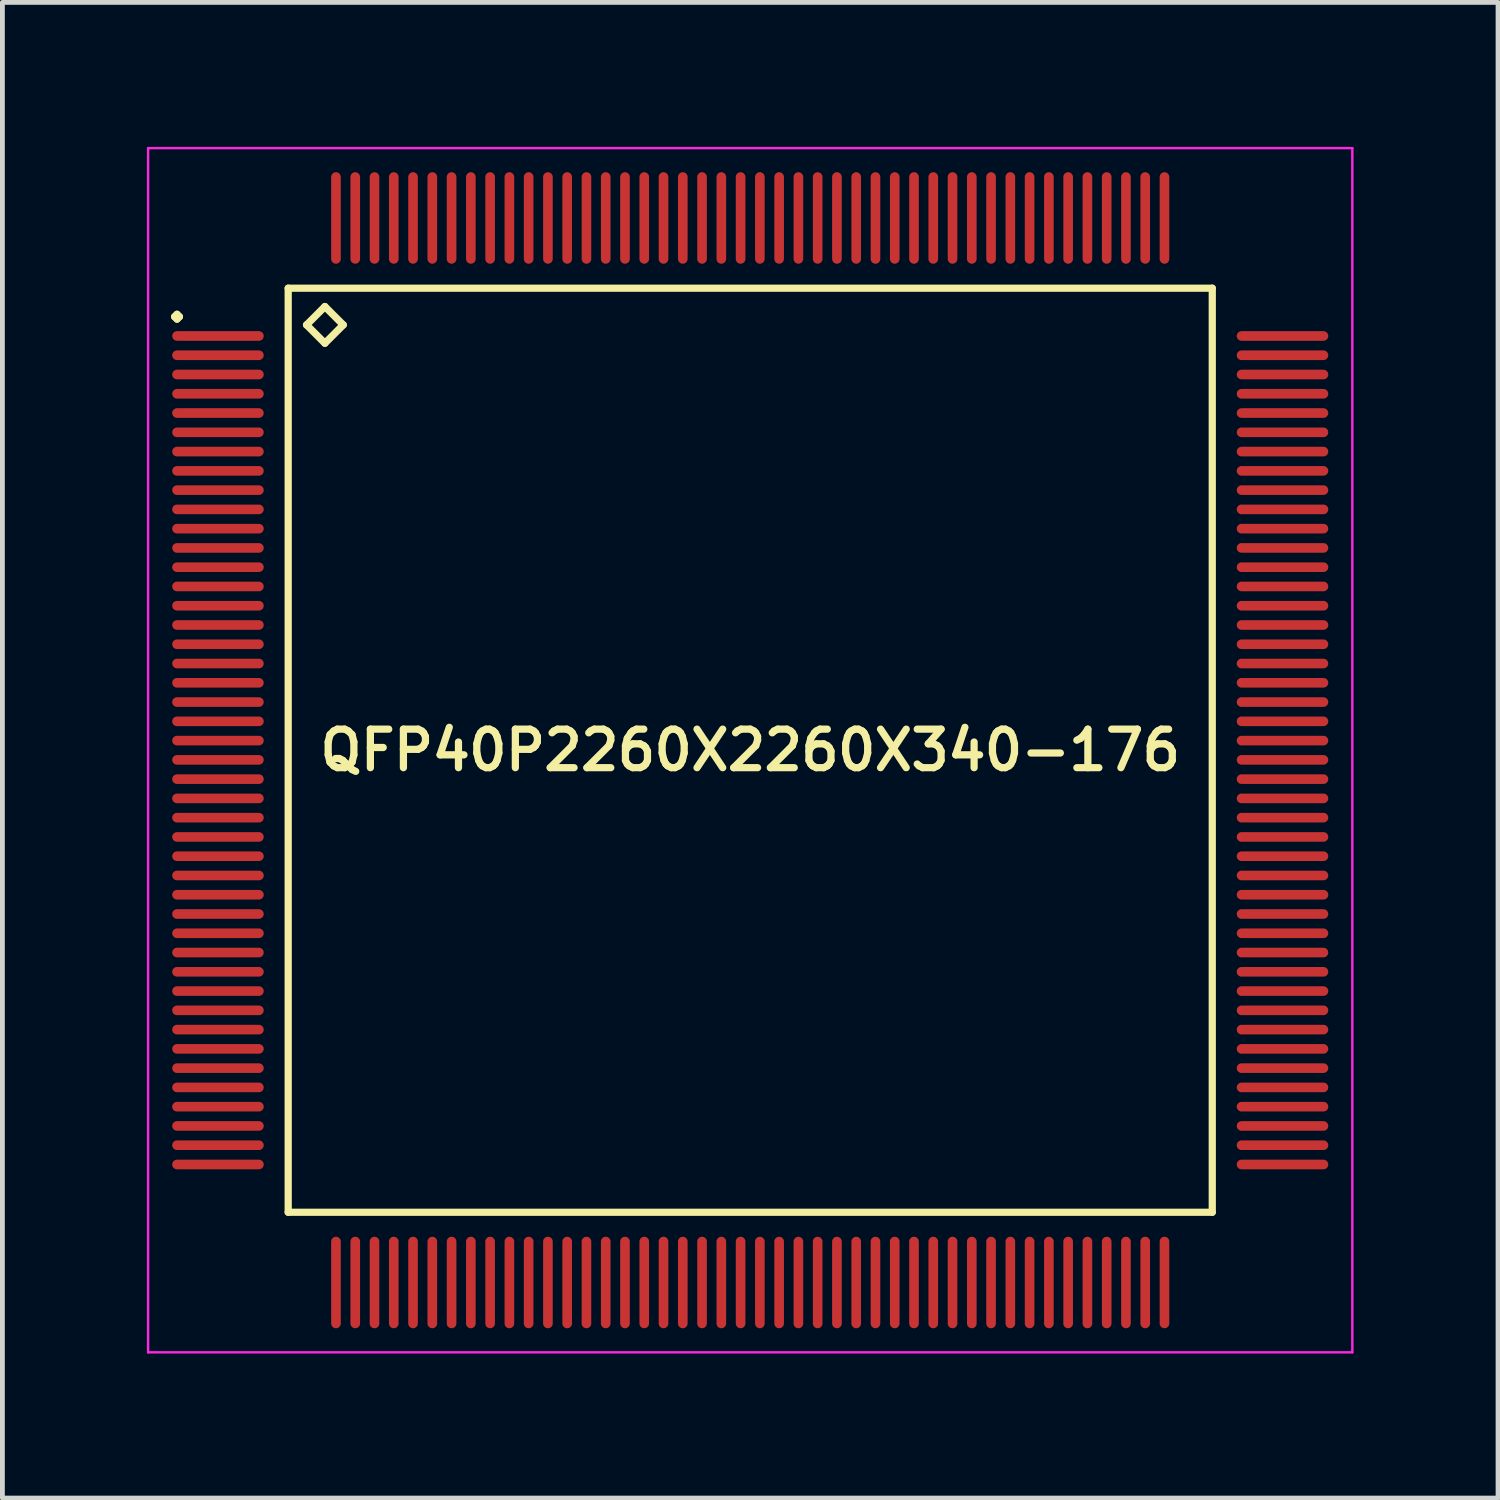
<source format=kicad_pcb>
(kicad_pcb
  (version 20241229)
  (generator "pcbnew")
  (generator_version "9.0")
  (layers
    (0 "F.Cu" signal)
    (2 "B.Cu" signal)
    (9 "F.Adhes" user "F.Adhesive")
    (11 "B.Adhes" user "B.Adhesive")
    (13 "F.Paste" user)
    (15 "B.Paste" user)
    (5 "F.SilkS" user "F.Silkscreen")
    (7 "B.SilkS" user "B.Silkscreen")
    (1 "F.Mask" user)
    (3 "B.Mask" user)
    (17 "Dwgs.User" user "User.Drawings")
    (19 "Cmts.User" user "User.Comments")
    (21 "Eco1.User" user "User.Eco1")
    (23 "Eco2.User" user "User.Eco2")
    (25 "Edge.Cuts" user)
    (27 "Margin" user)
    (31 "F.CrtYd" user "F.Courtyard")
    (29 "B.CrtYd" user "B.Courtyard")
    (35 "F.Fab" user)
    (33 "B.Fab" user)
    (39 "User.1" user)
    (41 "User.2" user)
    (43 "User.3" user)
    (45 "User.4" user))
  (footprint "QFP40P2260X2260X340-176"
    (layer "F.Cu")
    (at 12.525 12.525)
    (property "Reference" "QFP40P2260X2260X340-176" (at 0 0 0) (layer "F.SilkS") (effects (font (size 0.8 0.8) (thickness 0.15))))
    (attr smd)
    (fp_line (start -11.95 -9) (end -11.9 -9.05) (stroke (width 0.15) (type solid)) (layer "F.SilkS"))
    (fp_line (start -11.9 -9.05) (end -11.85 -9) (stroke (width 0.15) (type solid)) (layer "F.SilkS"))
    (fp_line (start -11.9 -8.95) (end -11.95 -9) (stroke (width 0.15) (type solid)) (layer "F.SilkS"))
    (fp_line (start -11.85 -9) (end -11.9 -8.95) (stroke (width 0.15) (type solid)) (layer "F.SilkS"))
    (fp_line (start -9.592 -9.592) (end -9.592 9.592) (stroke (width 0.15) (type solid)) (layer "F.SilkS"))
    (fp_line (start -9.592 9.592) (end 9.592 9.592) (stroke (width 0.15) (type solid)) (layer "F.SilkS"))
    (fp_line (start -9.211 -8.83) (end -8.83 -9.211) (stroke (width 0.15) (type solid)) (layer "F.SilkS"))
    (fp_line (start -8.83 -9.211) (end -8.449 -8.83) (stroke (width 0.15) (type solid)) (layer "F.SilkS"))
    (fp_line (start -8.83 -8.449) (end -9.211 -8.83) (stroke (width 0.15) (type solid)) (layer "F.SilkS"))
    (fp_line (start -8.449 -8.83) (end -8.83 -8.449) (stroke (width 0.15) (type solid)) (layer "F.SilkS"))
    (fp_line (start 9.592 -9.592) (end -9.592 -9.592) (stroke (width 0.15) (type solid)) (layer "F.SilkS"))
    (fp_line (start 9.592 9.592) (end 9.592 -9.592) (stroke (width 0.15) (type solid)) (layer "F.SilkS"))
    (fp_line (start -12.5 -12.5) (end 12.5 -12.5) (stroke (width 0.05) (type solid)) (layer "F.CrtYd"))
    (fp_line (start -12.5 12.5) (end -12.5 -12.5) (stroke (width 0.05) (type solid)) (layer "F.CrtYd"))
    (fp_line (start 12.5 -12.5) (end 12.5 12.5) (stroke (width 0.05) (type solid)) (layer "F.CrtYd"))
    (fp_line (start 12.5 12.5) (end -12.5 12.5) (stroke (width 0.05) (type solid)) (layer "F.CrtYd"))
    (pad "1" smd oval (at -11.05 -8.6) (size 1.9 0.2) (layers "F.Cu" "F.Mask" "F.Paste"))
    (pad "2" smd oval (at -11.05 -8.2) (size 1.9 0.2) (layers "F.Cu" "F.Mask" "F.Paste"))
    (pad "3" smd oval (at -11.05 -7.8) (size 1.9 0.2) (layers "F.Cu" "F.Mask" "F.Paste"))
    (pad "4" smd oval (at -11.05 -7.4) (size 1.9 0.2) (layers "F.Cu" "F.Mask" "F.Paste"))
    (pad "5" smd oval (at -11.05 -7) (size 1.9 0.2) (layers "F.Cu" "F.Mask" "F.Paste"))
    (pad "6" smd oval (at -11.05 -6.6) (size 1.9 0.2) (layers "F.Cu" "F.Mask" "F.Paste"))
    (pad "7" smd oval (at -11.05 -6.2) (size 1.9 0.2) (layers "F.Cu" "F.Mask" "F.Paste"))
    (pad "8" smd oval (at -11.05 -5.8) (size 1.9 0.2) (layers "F.Cu" "F.Mask" "F.Paste"))
    (pad "9" smd oval (at -11.05 -5.4) (size 1.9 0.2) (layers "F.Cu" "F.Mask" "F.Paste"))
    (pad "10" smd oval (at -11.05 -5) (size 1.9 0.2) (layers "F.Cu" "F.Mask" "F.Paste"))
    (pad "11" smd oval (at -11.05 -4.6) (size 1.9 0.2) (layers "F.Cu" "F.Mask" "F.Paste"))
    (pad "12" smd oval (at -11.05 -4.2) (size 1.9 0.2) (layers "F.Cu" "F.Mask" "F.Paste"))
    (pad "13" smd oval (at -11.05 -3.8) (size 1.9 0.2) (layers "F.Cu" "F.Mask" "F.Paste"))
    (pad "14" smd oval (at -11.05 -3.4) (size 1.9 0.2) (layers "F.Cu" "F.Mask" "F.Paste"))
    (pad "15" smd oval (at -11.05 -3) (size 1.9 0.2) (layers "F.Cu" "F.Mask" "F.Paste"))
    (pad "16" smd oval (at -11.05 -2.6) (size 1.9 0.2) (layers "F.Cu" "F.Mask" "F.Paste"))
    (pad "17" smd oval (at -11.05 -2.2) (size 1.9 0.2) (layers "F.Cu" "F.Mask" "F.Paste"))
    (pad "18" smd oval (at -11.05 -1.8) (size 1.9 0.2) (layers "F.Cu" "F.Mask" "F.Paste"))
    (pad "19" smd oval (at -11.05 -1.4) (size 1.9 0.2) (layers "F.Cu" "F.Mask" "F.Paste"))
    (pad "20" smd oval (at -11.05 -1) (size 1.9 0.2) (layers "F.Cu" "F.Mask" "F.Paste"))
    (pad "21" smd oval (at -11.05 -0.6) (size 1.9 0.2) (layers "F.Cu" "F.Mask" "F.Paste"))
    (pad "22" smd oval (at -11.05 -0.2) (size 1.9 0.2) (layers "F.Cu" "F.Mask" "F.Paste"))
    (pad "23" smd oval (at -11.05 0.2) (size 1.9 0.2) (layers "F.Cu" "F.Mask" "F.Paste"))
    (pad "24" smd oval (at -11.05 0.6) (size 1.9 0.2) (layers "F.Cu" "F.Mask" "F.Paste"))
    (pad "25" smd oval (at -11.05 1) (size 1.9 0.2) (layers "F.Cu" "F.Mask" "F.Paste"))
    (pad "26" smd oval (at -11.05 1.4) (size 1.9 0.2) (layers "F.Cu" "F.Mask" "F.Paste"))
    (pad "27" smd oval (at -11.05 1.8) (size 1.9 0.2) (layers "F.Cu" "F.Mask" "F.Paste"))
    (pad "28" smd oval (at -11.05 2.2) (size 1.9 0.2) (layers "F.Cu" "F.Mask" "F.Paste"))
    (pad "29" smd oval (at -11.05 2.6) (size 1.9 0.2) (layers "F.Cu" "F.Mask" "F.Paste"))
    (pad "30" smd oval (at -11.05 3) (size 1.9 0.2) (layers "F.Cu" "F.Mask" "F.Paste"))
    (pad "31" smd oval (at -11.05 3.4) (size 1.9 0.2) (layers "F.Cu" "F.Mask" "F.Paste"))
    (pad "32" smd oval (at -11.05 3.8) (size 1.9 0.2) (layers "F.Cu" "F.Mask" "F.Paste"))
    (pad "33" smd oval (at -11.05 4.2) (size 1.9 0.2) (layers "F.Cu" "F.Mask" "F.Paste"))
    (pad "34" smd oval (at -11.05 4.6) (size 1.9 0.2) (layers "F.Cu" "F.Mask" "F.Paste"))
    (pad "35" smd oval (at -11.05 5) (size 1.9 0.2) (layers "F.Cu" "F.Mask" "F.Paste"))
    (pad "36" smd oval (at -11.05 5.4) (size 1.9 0.2) (layers "F.Cu" "F.Mask" "F.Paste"))
    (pad "37" smd oval (at -11.05 5.8) (size 1.9 0.2) (layers "F.Cu" "F.Mask" "F.Paste"))
    (pad "38" smd oval (at -11.05 6.2) (size 1.9 0.2) (layers "F.Cu" "F.Mask" "F.Paste"))
    (pad "39" smd oval (at -11.05 6.6) (size 1.9 0.2) (layers "F.Cu" "F.Mask" "F.Paste"))
    (pad "40" smd oval (at -11.05 7) (size 1.9 0.2) (layers "F.Cu" "F.Mask" "F.Paste"))
    (pad "41" smd oval (at -11.05 7.4) (size 1.9 0.2) (layers "F.Cu" "F.Mask" "F.Paste"))
    (pad "42" smd oval (at -11.05 7.8) (size 1.9 0.2) (layers "F.Cu" "F.Mask" "F.Paste"))
    (pad "43" smd oval (at -11.05 8.2) (size 1.9 0.2) (layers "F.Cu" "F.Mask" "F.Paste"))
    (pad "44" smd oval (at -11.05 8.6) (size 1.9 0.2) (layers "F.Cu" "F.Mask" "F.Paste"))
    (pad "45" smd oval (at -8.6 11.05) (size 0.2 1.9) (layers "F.Cu" "F.Mask" "F.Paste"))
    (pad "46" smd oval (at -8.2 11.05) (size 0.2 1.9) (layers "F.Cu" "F.Mask" "F.Paste"))
    (pad "47" smd oval (at -7.8 11.05) (size 0.2 1.9) (layers "F.Cu" "F.Mask" "F.Paste"))
    (pad "48" smd oval (at -7.4 11.05) (size 0.2 1.9) (layers "F.Cu" "F.Mask" "F.Paste"))
    (pad "49" smd oval (at -7 11.05) (size 0.2 1.9) (layers "F.Cu" "F.Mask" "F.Paste"))
    (pad "50" smd oval (at -6.6 11.05) (size 0.2 1.9) (layers "F.Cu" "F.Mask" "F.Paste"))
    (pad "51" smd oval (at -6.2 11.05) (size 0.2 1.9) (layers "F.Cu" "F.Mask" "F.Paste"))
    (pad "52" smd oval (at -5.8 11.05) (size 0.2 1.9) (layers "F.Cu" "F.Mask" "F.Paste"))
    (pad "53" smd oval (at -5.4 11.05) (size 0.2 1.9) (layers "F.Cu" "F.Mask" "F.Paste"))
    (pad "54" smd oval (at -5 11.05) (size 0.2 1.9) (layers "F.Cu" "F.Mask" "F.Paste"))
    (pad "55" smd oval (at -4.6 11.05) (size 0.2 1.9) (layers "F.Cu" "F.Mask" "F.Paste"))
    (pad "56" smd oval (at -4.2 11.05) (size 0.2 1.9) (layers "F.Cu" "F.Mask" "F.Paste"))
    (pad "57" smd oval (at -3.8 11.05) (size 0.2 1.9) (layers "F.Cu" "F.Mask" "F.Paste"))
    (pad "58" smd oval (at -3.4 11.05) (size 0.2 1.9) (layers "F.Cu" "F.Mask" "F.Paste"))
    (pad "59" smd oval (at -3 11.05) (size 0.2 1.9) (layers "F.Cu" "F.Mask" "F.Paste"))
    (pad "60" smd oval (at -2.6 11.05) (size 0.2 1.9) (layers "F.Cu" "F.Mask" "F.Paste"))
    (pad "61" smd oval (at -2.2 11.05) (size 0.2 1.9) (layers "F.Cu" "F.Mask" "F.Paste"))
    (pad "62" smd oval (at -1.8 11.05) (size 0.2 1.9) (layers "F.Cu" "F.Mask" "F.Paste"))
    (pad "63" smd oval (at -1.4 11.05) (size 0.2 1.9) (layers "F.Cu" "F.Mask" "F.Paste"))
    (pad "64" smd oval (at -1 11.05) (size 0.2 1.9) (layers "F.Cu" "F.Mask" "F.Paste"))
    (pad "65" smd oval (at -0.6 11.05) (size 0.2 1.9) (layers "F.Cu" "F.Mask" "F.Paste"))
    (pad "66" smd oval (at -0.2 11.05) (size 0.2 1.9) (layers "F.Cu" "F.Mask" "F.Paste"))
    (pad "67" smd oval (at 0.2 11.05) (size 0.2 1.9) (layers "F.Cu" "F.Mask" "F.Paste"))
    (pad "68" smd oval (at 0.6 11.05) (size 0.2 1.9) (layers "F.Cu" "F.Mask" "F.Paste"))
    (pad "69" smd oval (at 1 11.05) (size 0.2 1.9) (layers "F.Cu" "F.Mask" "F.Paste"))
    (pad "70" smd oval (at 1.4 11.05) (size 0.2 1.9) (layers "F.Cu" "F.Mask" "F.Paste"))
    (pad "71" smd oval (at 1.8 11.05) (size 0.2 1.9) (layers "F.Cu" "F.Mask" "F.Paste"))
    (pad "72" smd oval (at 2.2 11.05) (size 0.2 1.9) (layers "F.Cu" "F.Mask" "F.Paste"))
    (pad "73" smd oval (at 2.6 11.05) (size 0.2 1.9) (layers "F.Cu" "F.Mask" "F.Paste"))
    (pad "74" smd oval (at 3 11.05) (size 0.2 1.9) (layers "F.Cu" "F.Mask" "F.Paste"))
    (pad "75" smd oval (at 3.4 11.05) (size 0.2 1.9) (layers "F.Cu" "F.Mask" "F.Paste"))
    (pad "76" smd oval (at 3.8 11.05) (size 0.2 1.9) (layers "F.Cu" "F.Mask" "F.Paste"))
    (pad "77" smd oval (at 4.2 11.05) (size 0.2 1.9) (layers "F.Cu" "F.Mask" "F.Paste"))
    (pad "78" smd oval (at 4.6 11.05) (size 0.2 1.9) (layers "F.Cu" "F.Mask" "F.Paste"))
    (pad "79" smd oval (at 5 11.05) (size 0.2 1.9) (layers "F.Cu" "F.Mask" "F.Paste"))
    (pad "80" smd oval (at 5.4 11.05) (size 0.2 1.9) (layers "F.Cu" "F.Mask" "F.Paste"))
    (pad "81" smd oval (at 5.8 11.05) (size 0.2 1.9) (layers "F.Cu" "F.Mask" "F.Paste"))
    (pad "82" smd oval (at 6.2 11.05) (size 0.2 1.9) (layers "F.Cu" "F.Mask" "F.Paste"))
    (pad "83" smd oval (at 6.6 11.05) (size 0.2 1.9) (layers "F.Cu" "F.Mask" "F.Paste"))
    (pad "84" smd oval (at 7 11.05) (size 0.2 1.9) (layers "F.Cu" "F.Mask" "F.Paste"))
    (pad "85" smd oval (at 7.4 11.05) (size 0.2 1.9) (layers "F.Cu" "F.Mask" "F.Paste"))
    (pad "86" smd oval (at 7.8 11.05) (size 0.2 1.9) (layers "F.Cu" "F.Mask" "F.Paste"))
    (pad "87" smd oval (at 8.2 11.05) (size 0.2 1.9) (layers "F.Cu" "F.Mask" "F.Paste"))
    (pad "88" smd oval (at 8.6 11.05) (size 0.2 1.9) (layers "F.Cu" "F.Mask" "F.Paste"))
    (pad "89" smd oval (at 11.05 8.6) (size 1.9 0.2) (layers "F.Cu" "F.Mask" "F.Paste"))
    (pad "90" smd oval (at 11.05 8.2) (size 1.9 0.2) (layers "F.Cu" "F.Mask" "F.Paste"))
    (pad "91" smd oval (at 11.05 7.8) (size 1.9 0.2) (layers "F.Cu" "F.Mask" "F.Paste"))
    (pad "92" smd oval (at 11.05 7.4) (size 1.9 0.2) (layers "F.Cu" "F.Mask" "F.Paste"))
    (pad "93" smd oval (at 11.05 7) (size 1.9 0.2) (layers "F.Cu" "F.Mask" "F.Paste"))
    (pad "94" smd oval (at 11.05 6.6) (size 1.9 0.2) (layers "F.Cu" "F.Mask" "F.Paste"))
    (pad "95" smd oval (at 11.05 6.2) (size 1.9 0.2) (layers "F.Cu" "F.Mask" "F.Paste"))
    (pad "96" smd oval (at 11.05 5.8) (size 1.9 0.2) (layers "F.Cu" "F.Mask" "F.Paste"))
    (pad "97" smd oval (at 11.05 5.4) (size 1.9 0.2) (layers "F.Cu" "F.Mask" "F.Paste"))
    (pad "98" smd oval (at 11.05 5) (size 1.9 0.2) (layers "F.Cu" "F.Mask" "F.Paste"))
    (pad "99" smd oval (at 11.05 4.6) (size 1.9 0.2) (layers "F.Cu" "F.Mask" "F.Paste"))
    (pad "100" smd oval (at 11.05 4.2) (size 1.9 0.2) (layers "F.Cu" "F.Mask" "F.Paste"))
    (pad "101" smd oval (at 11.05 3.8) (size 1.9 0.2) (layers "F.Cu" "F.Mask" "F.Paste"))
    (pad "102" smd oval (at 11.05 3.4) (size 1.9 0.2) (layers "F.Cu" "F.Mask" "F.Paste"))
    (pad "103" smd oval (at 11.05 3) (size 1.9 0.2) (layers "F.Cu" "F.Mask" "F.Paste"))
    (pad "104" smd oval (at 11.05 2.6) (size 1.9 0.2) (layers "F.Cu" "F.Mask" "F.Paste"))
    (pad "105" smd oval (at 11.05 2.2) (size 1.9 0.2) (layers "F.Cu" "F.Mask" "F.Paste"))
    (pad "106" smd oval (at 11.05 1.8) (size 1.9 0.2) (layers "F.Cu" "F.Mask" "F.Paste"))
    (pad "107" smd oval (at 11.05 1.4) (size 1.9 0.2) (layers "F.Cu" "F.Mask" "F.Paste"))
    (pad "108" smd oval (at 11.05 1) (size 1.9 0.2) (layers "F.Cu" "F.Mask" "F.Paste"))
    (pad "109" smd oval (at 11.05 0.6) (size 1.9 0.2) (layers "F.Cu" "F.Mask" "F.Paste"))
    (pad "110" smd oval (at 11.05 0.2) (size 1.9 0.2) (layers "F.Cu" "F.Mask" "F.Paste"))
    (pad "111" smd oval (at 11.05 -0.2) (size 1.9 0.2) (layers "F.Cu" "F.Mask" "F.Paste"))
    (pad "112" smd oval (at 11.05 -0.6) (size 1.9 0.2) (layers "F.Cu" "F.Mask" "F.Paste"))
    (pad "113" smd oval (at 11.05 -1) (size 1.9 0.2) (layers "F.Cu" "F.Mask" "F.Paste"))
    (pad "114" smd oval (at 11.05 -1.4) (size 1.9 0.2) (layers "F.Cu" "F.Mask" "F.Paste"))
    (pad "115" smd oval (at 11.05 -1.8) (size 1.9 0.2) (layers "F.Cu" "F.Mask" "F.Paste"))
    (pad "116" smd oval (at 11.05 -2.2) (size 1.9 0.2) (layers "F.Cu" "F.Mask" "F.Paste"))
    (pad "117" smd oval (at 11.05 -2.6) (size 1.9 0.2) (layers "F.Cu" "F.Mask" "F.Paste"))
    (pad "118" smd oval (at 11.05 -3) (size 1.9 0.2) (layers "F.Cu" "F.Mask" "F.Paste"))
    (pad "119" smd oval (at 11.05 -3.4) (size 1.9 0.2) (layers "F.Cu" "F.Mask" "F.Paste"))
    (pad "120" smd oval (at 11.05 -3.8) (size 1.9 0.2) (layers "F.Cu" "F.Mask" "F.Paste"))
    (pad "121" smd oval (at 11.05 -4.2) (size 1.9 0.2) (layers "F.Cu" "F.Mask" "F.Paste"))
    (pad "122" smd oval (at 11.05 -4.6) (size 1.9 0.2) (layers "F.Cu" "F.Mask" "F.Paste"))
    (pad "123" smd oval (at 11.05 -5) (size 1.9 0.2) (layers "F.Cu" "F.Mask" "F.Paste"))
    (pad "124" smd oval (at 11.05 -5.4) (size 1.9 0.2) (layers "F.Cu" "F.Mask" "F.Paste"))
    (pad "125" smd oval (at 11.05 -5.8) (size 1.9 0.2) (layers "F.Cu" "F.Mask" "F.Paste"))
    (pad "126" smd oval (at 11.05 -6.2) (size 1.9 0.2) (layers "F.Cu" "F.Mask" "F.Paste"))
    (pad "127" smd oval (at 11.05 -6.6) (size 1.9 0.2) (layers "F.Cu" "F.Mask" "F.Paste"))
    (pad "128" smd oval (at 11.05 -7) (size 1.9 0.2) (layers "F.Cu" "F.Mask" "F.Paste"))
    (pad "129" smd oval (at 11.05 -7.4) (size 1.9 0.2) (layers "F.Cu" "F.Mask" "F.Paste"))
    (pad "130" smd oval (at 11.05 -7.8) (size 1.9 0.2) (layers "F.Cu" "F.Mask" "F.Paste"))
    (pad "131" smd oval (at 11.05 -8.2) (size 1.9 0.2) (layers "F.Cu" "F.Mask" "F.Paste"))
    (pad "132" smd oval (at 11.05 -8.6) (size 1.9 0.2) (layers "F.Cu" "F.Mask" "F.Paste"))
    (pad "133" smd oval (at 8.6 -11.05) (size 0.2 1.9) (layers "F.Cu" "F.Mask" "F.Paste"))
    (pad "134" smd oval (at 8.2 -11.05) (size 0.2 1.9) (layers "F.Cu" "F.Mask" "F.Paste"))
    (pad "135" smd oval (at 7.8 -11.05) (size 0.2 1.9) (layers "F.Cu" "F.Mask" "F.Paste"))
    (pad "136" smd oval (at 7.4 -11.05) (size 0.2 1.9) (layers "F.Cu" "F.Mask" "F.Paste"))
    (pad "137" smd oval (at 7 -11.05) (size 0.2 1.9) (layers "F.Cu" "F.Mask" "F.Paste"))
    (pad "138" smd oval (at 6.6 -11.05) (size 0.2 1.9) (layers "F.Cu" "F.Mask" "F.Paste"))
    (pad "139" smd oval (at 6.2 -11.05) (size 0.2 1.9) (layers "F.Cu" "F.Mask" "F.Paste"))
    (pad "140" smd oval (at 5.8 -11.05) (size 0.2 1.9) (layers "F.Cu" "F.Mask" "F.Paste"))
    (pad "141" smd oval (at 5.4 -11.05) (size 0.2 1.9) (layers "F.Cu" "F.Mask" "F.Paste"))
    (pad "142" smd oval (at 5 -11.05) (size 0.2 1.9) (layers "F.Cu" "F.Mask" "F.Paste"))
    (pad "143" smd oval (at 4.6 -11.05) (size 0.2 1.9) (layers "F.Cu" "F.Mask" "F.Paste"))
    (pad "144" smd oval (at 4.2 -11.05) (size 0.2 1.9) (layers "F.Cu" "F.Mask" "F.Paste"))
    (pad "145" smd oval (at 3.8 -11.05) (size 0.2 1.9) (layers "F.Cu" "F.Mask" "F.Paste"))
    (pad "146" smd oval (at 3.4 -11.05) (size 0.2 1.9) (layers "F.Cu" "F.Mask" "F.Paste"))
    (pad "147" smd oval (at 3 -11.05) (size 0.2 1.9) (layers "F.Cu" "F.Mask" "F.Paste"))
    (pad "148" smd oval (at 2.6 -11.05) (size 0.2 1.9) (layers "F.Cu" "F.Mask" "F.Paste"))
    (pad "149" smd oval (at 2.2 -11.05) (size 0.2 1.9) (layers "F.Cu" "F.Mask" "F.Paste"))
    (pad "150" smd oval (at 1.8 -11.05) (size 0.2 1.9) (layers "F.Cu" "F.Mask" "F.Paste"))
    (pad "151" smd oval (at 1.4 -11.05) (size 0.2 1.9) (layers "F.Cu" "F.Mask" "F.Paste"))
    (pad "152" smd oval (at 1 -11.05) (size 0.2 1.9) (layers "F.Cu" "F.Mask" "F.Paste"))
    (pad "153" smd oval (at 0.6 -11.05) (size 0.2 1.9) (layers "F.Cu" "F.Mask" "F.Paste"))
    (pad "154" smd oval (at 0.2 -11.05) (size 0.2 1.9) (layers "F.Cu" "F.Mask" "F.Paste"))
    (pad "155" smd oval (at -0.2 -11.05) (size 0.2 1.9) (layers "F.Cu" "F.Mask" "F.Paste"))
    (pad "156" smd oval (at -0.6 -11.05) (size 0.2 1.9) (layers "F.Cu" "F.Mask" "F.Paste"))
    (pad "157" smd oval (at -1 -11.05) (size 0.2 1.9) (layers "F.Cu" "F.Mask" "F.Paste"))
    (pad "158" smd oval (at -1.4 -11.05) (size 0.2 1.9) (layers "F.Cu" "F.Mask" "F.Paste"))
    (pad "159" smd oval (at -1.8 -11.05) (size 0.2 1.9) (layers "F.Cu" "F.Mask" "F.Paste"))
    (pad "160" smd oval (at -2.2 -11.05) (size 0.2 1.9) (layers "F.Cu" "F.Mask" "F.Paste"))
    (pad "161" smd oval (at -2.6 -11.05) (size 0.2 1.9) (layers "F.Cu" "F.Mask" "F.Paste"))
    (pad "162" smd oval (at -3 -11.05) (size 0.2 1.9) (layers "F.Cu" "F.Mask" "F.Paste"))
    (pad "163" smd oval (at -3.4 -11.05) (size 0.2 1.9) (layers "F.Cu" "F.Mask" "F.Paste"))
    (pad "164" smd oval (at -3.8 -11.05) (size 0.2 1.9) (layers "F.Cu" "F.Mask" "F.Paste"))
    (pad "165" smd oval (at -4.2 -11.05) (size 0.2 1.9) (layers "F.Cu" "F.Mask" "F.Paste"))
    (pad "166" smd oval (at -4.6 -11.05) (size 0.2 1.9) (layers "F.Cu" "F.Mask" "F.Paste"))
    (pad "167" smd oval (at -5 -11.05) (size 0.2 1.9) (layers "F.Cu" "F.Mask" "F.Paste"))
    (pad "168" smd oval (at -5.4 -11.05) (size 0.2 1.9) (layers "F.Cu" "F.Mask" "F.Paste"))
    (pad "169" smd oval (at -5.8 -11.05) (size 0.2 1.9) (layers "F.Cu" "F.Mask" "F.Paste"))
    (pad "170" smd oval (at -6.2 -11.05) (size 0.2 1.9) (layers "F.Cu" "F.Mask" "F.Paste"))
    (pad "171" smd oval (at -6.6 -11.05) (size 0.2 1.9) (layers "F.Cu" "F.Mask" "F.Paste"))
    (pad "172" smd oval (at -7 -11.05) (size 0.2 1.9) (layers "F.Cu" "F.Mask" "F.Paste"))
    (pad "173" smd oval (at -7.4 -11.05) (size 0.2 1.9) (layers "F.Cu" "F.Mask" "F.Paste"))
    (pad "174" smd oval (at -7.8 -11.05) (size 0.2 1.9) (layers "F.Cu" "F.Mask" "F.Paste"))
    (pad "175" smd oval (at -8.2 -11.05) (size 0.2 1.9) (layers "F.Cu" "F.Mask" "F.Paste"))
    (pad "176" smd oval (at -8.6 -11.05) (size 0.2 1.9) (layers "F.Cu" "F.Mask" "F.Paste")))
  (gr_rect
    (start -3 -3)
    (end 28.05 28.05)
    (stroke (width 0.1) (type default))
    (fill no)
    (layer "Edge.Cuts")))
</source>
